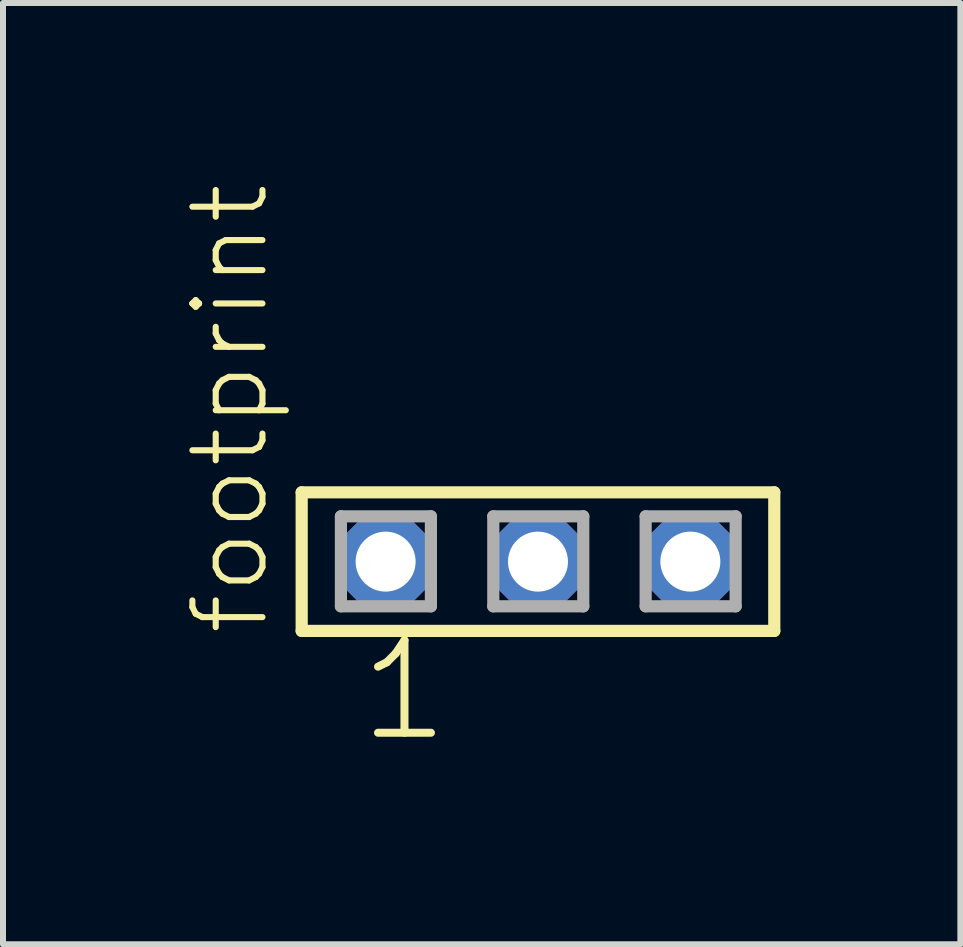
<source format=kicad_pcb>
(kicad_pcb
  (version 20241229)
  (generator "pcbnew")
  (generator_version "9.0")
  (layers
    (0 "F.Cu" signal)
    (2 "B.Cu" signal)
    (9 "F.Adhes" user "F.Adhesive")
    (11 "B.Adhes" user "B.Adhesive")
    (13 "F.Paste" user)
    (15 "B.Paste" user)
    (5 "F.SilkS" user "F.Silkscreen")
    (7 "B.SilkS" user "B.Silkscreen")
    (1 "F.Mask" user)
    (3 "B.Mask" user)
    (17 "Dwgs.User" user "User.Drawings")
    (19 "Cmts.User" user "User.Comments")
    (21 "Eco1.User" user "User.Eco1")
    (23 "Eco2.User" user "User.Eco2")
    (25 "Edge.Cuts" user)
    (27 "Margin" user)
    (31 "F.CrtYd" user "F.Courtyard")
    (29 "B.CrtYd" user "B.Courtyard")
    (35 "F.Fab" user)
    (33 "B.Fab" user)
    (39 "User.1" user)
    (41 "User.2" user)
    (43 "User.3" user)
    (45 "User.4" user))
  (footprint "footprint"
    (layer "F.Cu")
    (at 5.918 6.312)
    (property "Reference" "footprint" (at -4.445 1.27 90) (layer "F.SilkS") (effects (font (size 1.168 1.168) (thickness 0.102)) (justify left bottom)))
    (fp_line (start -3.939 -1.155) (end 3.939 -1.155) (stroke (width 0.203) (type solid)) (layer "F.SilkS"))
    (fp_line (start -3.939 1.155) (end -3.939 -1.155) (stroke (width 0.203) (type solid)) (layer "F.SilkS"))
    (fp_line (start 3.939 -1.155) (end 3.939 1.155) (stroke (width 0.203) (type solid)) (layer "F.SilkS"))
    (fp_line (start 3.939 1.155) (end -3.939 1.155) (stroke (width 0.203) (type solid)) (layer "F.SilkS"))
    (fp_line (start -3.285 -0.755) (end -1.785 -0.755) (stroke (width 0.203) (type solid)) (layer "F.Fab"))
    (fp_line (start -3.285 0.745) (end -3.285 -0.755) (stroke (width 0.203) (type solid)) (layer "F.Fab"))
    (fp_line (start -1.785 -0.755) (end -1.785 0.745) (stroke (width 0.203) (type solid)) (layer "F.Fab"))
    (fp_line (start -1.785 0.745) (end -3.285 0.745) (stroke (width 0.203) (type solid)) (layer "F.Fab"))
    (fp_line (start -0.745 -0.755) (end 0.755 -0.755) (stroke (width 0.203) (type solid)) (layer "F.Fab"))
    (fp_line (start -0.745 0.745) (end -0.745 -0.755) (stroke (width 0.203) (type solid)) (layer "F.Fab"))
    (fp_line (start 0.755 -0.755) (end 0.755 0.745) (stroke (width 0.203) (type solid)) (layer "F.Fab"))
    (fp_line (start 0.755 0.745) (end -0.745 0.745) (stroke (width 0.203) (type solid)) (layer "F.Fab"))
    (fp_line (start 1.795 -0.755) (end 3.295 -0.755) (stroke (width 0.203) (type solid)) (layer "F.Fab"))
    (fp_line (start 1.795 0.745) (end 1.795 -0.755) (stroke (width 0.203) (type solid)) (layer "F.Fab"))
    (fp_line (start 3.295 -0.755) (end 3.295 0.745) (stroke (width 0.203) (type solid)) (layer "F.Fab"))
    (fp_line (start 3.295 0.745) (end 1.795 0.745) (stroke (width 0.203) (type solid)) (layer "F.Fab"))
    (fp_text user "1" (at -3.048 3.048 0) (layer "F.SilkS") (effects (font (size 1.542 1.542) (thickness 0.134)) (justify left bottom)))
    (pad "1" thru_hole roundrect (at -2.54 0) (size 1.5 1.5) (drill 1) (layers "*.Cu" "*.Mask") (roundrect_rratio 0.25) (chamfer_ratio 0.25) (chamfer top_left top_right bottom_left bottom_right))
    (pad "2" thru_hole roundrect (at 0 0) (size 1.5 1.5) (drill 1) (layers "*.Cu" "*.Mask") (roundrect_rratio 0.25) (chamfer_ratio 0.25) (chamfer top_left top_right bottom_left bottom_right))
    (pad "3" thru_hole roundrect (at 2.54 0) (size 1.5 1.5) (drill 1) (layers "*.Cu" "*.Mask") (roundrect_rratio 0.25) (chamfer_ratio 0.25) (chamfer top_left top_right bottom_left bottom_right)))
  (gr_rect
    (start -3 -3)
    (end 12.959 12.691)
    (stroke (width 0.1) (type default))
    (fill no)
    (layer "Edge.Cuts")))
</source>
